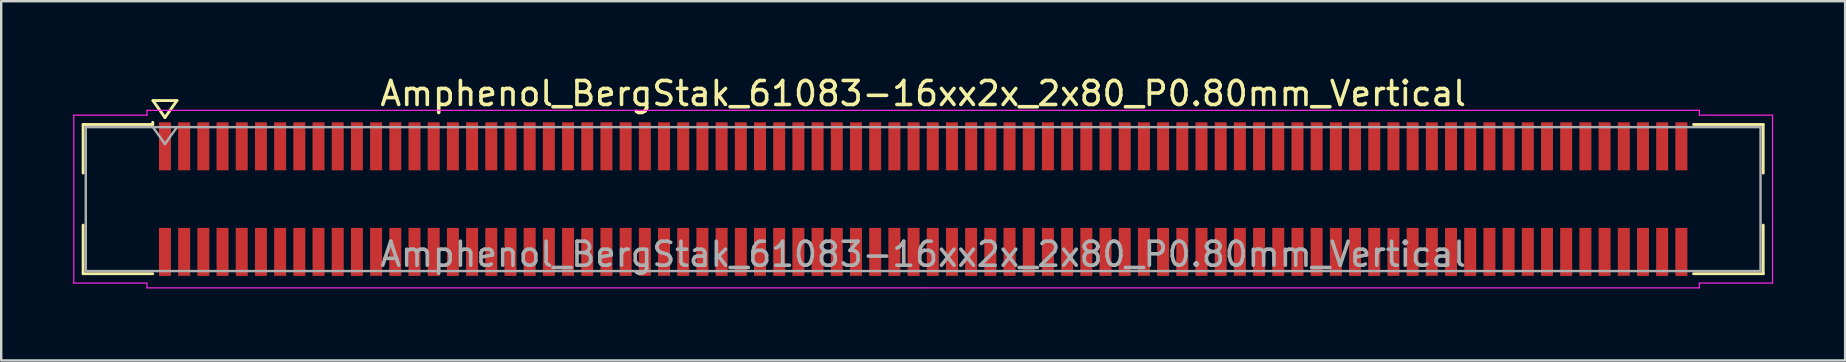
<source format=kicad_pcb>
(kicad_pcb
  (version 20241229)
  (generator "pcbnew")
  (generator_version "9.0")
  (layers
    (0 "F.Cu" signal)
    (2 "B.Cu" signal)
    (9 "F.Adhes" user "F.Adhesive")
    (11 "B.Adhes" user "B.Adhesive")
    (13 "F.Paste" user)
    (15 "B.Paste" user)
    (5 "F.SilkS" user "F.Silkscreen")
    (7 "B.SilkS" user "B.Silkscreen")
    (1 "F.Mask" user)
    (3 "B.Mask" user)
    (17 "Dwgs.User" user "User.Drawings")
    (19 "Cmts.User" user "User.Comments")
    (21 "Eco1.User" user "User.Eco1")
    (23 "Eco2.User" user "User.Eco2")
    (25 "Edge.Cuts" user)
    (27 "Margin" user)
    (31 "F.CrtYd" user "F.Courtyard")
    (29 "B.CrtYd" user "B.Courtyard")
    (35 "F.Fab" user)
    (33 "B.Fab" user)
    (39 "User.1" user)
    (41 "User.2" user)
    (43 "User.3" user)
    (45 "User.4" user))
  (footprint "Amphenol_BergStak_61083-16xx2x_2x80_P0.80mm_Vertical"
    (layer "F.Cu")
    (at 35.425 5.248)
    (property "Reference" "Amphenol_BergStak_61083-16xx2x_2x80_P0.80mm_Vertical" (at 0 -4.4 0) (layer "F.SilkS") (effects (font (size 1 1) (thickness 0.15))))
    (attr smd)
    (fp_line (start -35.01 -3.11) (end -32.11 -3.11) (stroke (width 0.12) (type solid)) (layer "F.SilkS"))
    (fp_line (start -35.01 -1.085) (end -35.01 -3.11) (stroke (width 0.12) (type solid)) (layer "F.SilkS"))
    (fp_line (start -35.01 1.085) (end -35.01 3.11) (stroke (width 0.12) (type solid)) (layer "F.SilkS"))
    (fp_line (start -35.01 3.11) (end -32.11 3.11) (stroke (width 0.12) (type solid)) (layer "F.SilkS"))
    (fp_line (start -32.11 -3.11) (end -32.11 -3.2) (stroke (width 0.12) (type solid)) (layer "F.SilkS"))
    (fp_line (start -32.1 -4.107) (end -31.6 -3.4) (stroke (width 0.12) (type solid)) (layer "F.SilkS"))
    (fp_line (start -31.6 -3.4) (end -31.1 -4.107) (stroke (width 0.12) (type solid)) (layer "F.SilkS"))
    (fp_line (start -31.1 -4.107) (end -32.1 -4.107) (stroke (width 0.12) (type solid)) (layer "F.SilkS"))
    (fp_line (start 35.01 -3.11) (end 32.11 -3.11) (stroke (width 0.12) (type solid)) (layer "F.SilkS"))
    (fp_line (start 35.01 -1.085) (end 35.01 -3.11) (stroke (width 0.12) (type solid)) (layer "F.SilkS"))
    (fp_line (start 35.01 1.085) (end 35.01 3.11) (stroke (width 0.12) (type solid)) (layer "F.SilkS"))
    (fp_line (start 35.01 3.11) (end 32.11 3.11) (stroke (width 0.12) (type solid)) (layer "F.SilkS"))
    (fp_line (start -35.4 -3.5) (end -35.4 3.5) (stroke (width 0.05) (type solid)) (layer "F.CrtYd"))
    (fp_line (start -35.4 3.5) (end -32.35 3.5) (stroke (width 0.05) (type solid)) (layer "F.CrtYd"))
    (fp_line (start -32.35 -3.7) (end -32.35 -3.5) (stroke (width 0.05) (type solid)) (layer "F.CrtYd"))
    (fp_line (start -32.35 -3.5) (end -35.4 -3.5) (stroke (width 0.05) (type solid)) (layer "F.CrtYd"))
    (fp_line (start -32.35 3.5) (end -32.35 3.7) (stroke (width 0.05) (type solid)) (layer "F.CrtYd"))
    (fp_line (start -32.35 3.7) (end 0 3.7) (stroke (width 0.05) (type solid)) (layer "F.CrtYd"))
    (fp_line (start 0 -3.7) (end -32.35 -3.7) (stroke (width 0.05) (type solid)) (layer "F.CrtYd"))
    (fp_line (start 0 -3.7) (end 32.35 -3.7) (stroke (width 0.05) (type solid)) (layer "F.CrtYd"))
    (fp_line (start 32.35 -3.7) (end 32.35 -3.5) (stroke (width 0.05) (type solid)) (layer "F.CrtYd"))
    (fp_line (start 32.35 -3.5) (end 35.4 -3.5) (stroke (width 0.05) (type solid)) (layer "F.CrtYd"))
    (fp_line (start 32.35 3.5) (end 32.35 3.7) (stroke (width 0.05) (type solid)) (layer "F.CrtYd"))
    (fp_line (start 32.35 3.7) (end 0 3.7) (stroke (width 0.05) (type solid)) (layer "F.CrtYd"))
    (fp_line (start 35.4 -3.5) (end 35.4 3.5) (stroke (width 0.05) (type solid)) (layer "F.CrtYd"))
    (fp_line (start 35.4 3.5) (end 32.35 3.5) (stroke (width 0.05) (type solid)) (layer "F.CrtYd"))
    (fp_line (start -34.9 -3) (end -34.9 3) (stroke (width 0.1) (type solid)) (layer "F.Fab"))
    (fp_line (start -34.9 3) (end 34.9 3) (stroke (width 0.1) (type solid)) (layer "F.Fab"))
    (fp_line (start -32.1 -3) (end -31.6 -2.293) (stroke (width 0.1) (type solid)) (layer "F.Fab"))
    (fp_line (start -31.6 -2.293) (end -31.1 -3) (stroke (width 0.1) (type solid)) (layer "F.Fab"))
    (fp_line (start 34.9 -3) (end -34.9 -3) (stroke (width 0.1) (type solid)) (layer "F.Fab"))
    (fp_line (start 34.9 3) (end 34.9 -3) (stroke (width 0.1) (type solid)) (layer "F.Fab"))
    (fp_text user "${REFERENCE}" (at 0 2.3 0) (layer "F.Fab") (effects (font (size 1 1) (thickness 0.15))))
    (pad "1" smd rect (at -31.6 -2.2) (size 0.5 2) (layers "F.Cu" "F.Mask" "F.Paste"))
    (pad "2" smd rect (at -31.6 2.2) (size 0.5 2) (layers "F.Cu" "F.Mask" "F.Paste"))
    (pad "3" smd rect (at -30.8 -2.2) (size 0.5 2) (layers "F.Cu" "F.Mask" "F.Paste"))
    (pad "4" smd rect (at -30.8 2.2) (size 0.5 2) (layers "F.Cu" "F.Mask" "F.Paste"))
    (pad "5" smd rect (at -30 -2.2) (size 0.5 2) (layers "F.Cu" "F.Mask" "F.Paste"))
    (pad "6" smd rect (at -30 2.2) (size 0.5 2) (layers "F.Cu" "F.Mask" "F.Paste"))
    (pad "7" smd rect (at -29.2 -2.2) (size 0.5 2) (layers "F.Cu" "F.Mask" "F.Paste"))
    (pad "8" smd rect (at -29.2 2.2) (size 0.5 2) (layers "F.Cu" "F.Mask" "F.Paste"))
    (pad "9" smd rect (at -28.4 -2.2) (size 0.5 2) (layers "F.Cu" "F.Mask" "F.Paste"))
    (pad "10" smd rect (at -28.4 2.2) (size 0.5 2) (layers "F.Cu" "F.Mask" "F.Paste"))
    (pad "11" smd rect (at -27.6 -2.2) (size 0.5 2) (layers "F.Cu" "F.Mask" "F.Paste"))
    (pad "12" smd rect (at -27.6 2.2) (size 0.5 2) (layers "F.Cu" "F.Mask" "F.Paste"))
    (pad "13" smd rect (at -26.8 -2.2) (size 0.5 2) (layers "F.Cu" "F.Mask" "F.Paste"))
    (pad "14" smd rect (at -26.8 2.2) (size 0.5 2) (layers "F.Cu" "F.Mask" "F.Paste"))
    (pad "15" smd rect (at -26 -2.2) (size 0.5 2) (layers "F.Cu" "F.Mask" "F.Paste"))
    (pad "16" smd rect (at -26 2.2) (size 0.5 2) (layers "F.Cu" "F.Mask" "F.Paste"))
    (pad "17" smd rect (at -25.2 -2.2) (size 0.5 2) (layers "F.Cu" "F.Mask" "F.Paste"))
    (pad "18" smd rect (at -25.2 2.2) (size 0.5 2) (layers "F.Cu" "F.Mask" "F.Paste"))
    (pad "19" smd rect (at -24.4 -2.2) (size 0.5 2) (layers "F.Cu" "F.Mask" "F.Paste"))
    (pad "20" smd rect (at -24.4 2.2) (size 0.5 2) (layers "F.Cu" "F.Mask" "F.Paste"))
    (pad "21" smd rect (at -23.6 -2.2) (size 0.5 2) (layers "F.Cu" "F.Mask" "F.Paste"))
    (pad "22" smd rect (at -23.6 2.2) (size 0.5 2) (layers "F.Cu" "F.Mask" "F.Paste"))
    (pad "23" smd rect (at -22.8 -2.2) (size 0.5 2) (layers "F.Cu" "F.Mask" "F.Paste"))
    (pad "24" smd rect (at -22.8 2.2) (size 0.5 2) (layers "F.Cu" "F.Mask" "F.Paste"))
    (pad "25" smd rect (at -22 -2.2) (size 0.5 2) (layers "F.Cu" "F.Mask" "F.Paste"))
    (pad "26" smd rect (at -22 2.2) (size 0.5 2) (layers "F.Cu" "F.Mask" "F.Paste"))
    (pad "27" smd rect (at -21.2 -2.2) (size 0.5 2) (layers "F.Cu" "F.Mask" "F.Paste"))
    (pad "28" smd rect (at -21.2 2.2) (size 0.5 2) (layers "F.Cu" "F.Mask" "F.Paste"))
    (pad "29" smd rect (at -20.4 -2.2) (size 0.5 2) (layers "F.Cu" "F.Mask" "F.Paste"))
    (pad "30" smd rect (at -20.4 2.2) (size 0.5 2) (layers "F.Cu" "F.Mask" "F.Paste"))
    (pad "31" smd rect (at -19.6 -2.2) (size 0.5 2) (layers "F.Cu" "F.Mask" "F.Paste"))
    (pad "32" smd rect (at -19.6 2.2) (size 0.5 2) (layers "F.Cu" "F.Mask" "F.Paste"))
    (pad "33" smd rect (at -18.8 -2.2) (size 0.5 2) (layers "F.Cu" "F.Mask" "F.Paste"))
    (pad "34" smd rect (at -18.8 2.2) (size 0.5 2) (layers "F.Cu" "F.Mask" "F.Paste"))
    (pad "35" smd rect (at -18 -2.2) (size 0.5 2) (layers "F.Cu" "F.Mask" "F.Paste"))
    (pad "36" smd rect (at -18 2.2) (size 0.5 2) (layers "F.Cu" "F.Mask" "F.Paste"))
    (pad "37" smd rect (at -17.2 -2.2) (size 0.5 2) (layers "F.Cu" "F.Mask" "F.Paste"))
    (pad "38" smd rect (at -17.2 2.2) (size 0.5 2) (layers "F.Cu" "F.Mask" "F.Paste"))
    (pad "39" smd rect (at -16.4 -2.2) (size 0.5 2) (layers "F.Cu" "F.Mask" "F.Paste"))
    (pad "40" smd rect (at -16.4 2.2) (size 0.5 2) (layers "F.Cu" "F.Mask" "F.Paste"))
    (pad "41" smd rect (at -15.6 -2.2) (size 0.5 2) (layers "F.Cu" "F.Mask" "F.Paste"))
    (pad "42" smd rect (at -15.6 2.2) (size 0.5 2) (layers "F.Cu" "F.Mask" "F.Paste"))
    (pad "43" smd rect (at -14.8 -2.2) (size 0.5 2) (layers "F.Cu" "F.Mask" "F.Paste"))
    (pad "44" smd rect (at -14.8 2.2) (size 0.5 2) (layers "F.Cu" "F.Mask" "F.Paste"))
    (pad "45" smd rect (at -14 -2.2) (size 0.5 2) (layers "F.Cu" "F.Mask" "F.Paste"))
    (pad "46" smd rect (at -14 2.2) (size 0.5 2) (layers "F.Cu" "F.Mask" "F.Paste"))
    (pad "47" smd rect (at -13.2 -2.2) (size 0.5 2) (layers "F.Cu" "F.Mask" "F.Paste"))
    (pad "48" smd rect (at -13.2 2.2) (size 0.5 2) (layers "F.Cu" "F.Mask" "F.Paste"))
    (pad "49" smd rect (at -12.4 -2.2) (size 0.5 2) (layers "F.Cu" "F.Mask" "F.Paste"))
    (pad "50" smd rect (at -12.4 2.2) (size 0.5 2) (layers "F.Cu" "F.Mask" "F.Paste"))
    (pad "51" smd rect (at -11.6 -2.2) (size 0.5 2) (layers "F.Cu" "F.Mask" "F.Paste"))
    (pad "52" smd rect (at -11.6 2.2) (size 0.5 2) (layers "F.Cu" "F.Mask" "F.Paste"))
    (pad "53" smd rect (at -10.8 -2.2) (size 0.5 2) (layers "F.Cu" "F.Mask" "F.Paste"))
    (pad "54" smd rect (at -10.8 2.2) (size 0.5 2) (layers "F.Cu" "F.Mask" "F.Paste"))
    (pad "55" smd rect (at -10 -2.2) (size 0.5 2) (layers "F.Cu" "F.Mask" "F.Paste"))
    (pad "56" smd rect (at -10 2.2) (size 0.5 2) (layers "F.Cu" "F.Mask" "F.Paste"))
    (pad "57" smd rect (at -9.2 -2.2) (size 0.5 2) (layers "F.Cu" "F.Mask" "F.Paste"))
    (pad "58" smd rect (at -9.2 2.2) (size 0.5 2) (layers "F.Cu" "F.Mask" "F.Paste"))
    (pad "59" smd rect (at -8.4 -2.2) (size 0.5 2) (layers "F.Cu" "F.Mask" "F.Paste"))
    (pad "60" smd rect (at -8.4 2.2) (size 0.5 2) (layers "F.Cu" "F.Mask" "F.Paste"))
    (pad "61" smd rect (at -7.6 -2.2) (size 0.5 2) (layers "F.Cu" "F.Mask" "F.Paste"))
    (pad "62" smd rect (at -7.6 2.2) (size 0.5 2) (layers "F.Cu" "F.Mask" "F.Paste"))
    (pad "63" smd rect (at -6.8 -2.2) (size 0.5 2) (layers "F.Cu" "F.Mask" "F.Paste"))
    (pad "64" smd rect (at -6.8 2.2) (size 0.5 2) (layers "F.Cu" "F.Mask" "F.Paste"))
    (pad "65" smd rect (at -6 -2.2) (size 0.5 2) (layers "F.Cu" "F.Mask" "F.Paste"))
    (pad "66" smd rect (at -6 2.2) (size 0.5 2) (layers "F.Cu" "F.Mask" "F.Paste"))
    (pad "67" smd rect (at -5.2 -2.2) (size 0.5 2) (layers "F.Cu" "F.Mask" "F.Paste"))
    (pad "68" smd rect (at -5.2 2.2) (size 0.5 2) (layers "F.Cu" "F.Mask" "F.Paste"))
    (pad "69" smd rect (at -4.4 -2.2) (size 0.5 2) (layers "F.Cu" "F.Mask" "F.Paste"))
    (pad "70" smd rect (at -4.4 2.2) (size 0.5 2) (layers "F.Cu" "F.Mask" "F.Paste"))
    (pad "71" smd rect (at -3.6 -2.2) (size 0.5 2) (layers "F.Cu" "F.Mask" "F.Paste"))
    (pad "72" smd rect (at -3.6 2.2) (size 0.5 2) (layers "F.Cu" "F.Mask" "F.Paste"))
    (pad "73" smd rect (at -2.8 -2.2) (size 0.5 2) (layers "F.Cu" "F.Mask" "F.Paste"))
    (pad "74" smd rect (at -2.8 2.2) (size 0.5 2) (layers "F.Cu" "F.Mask" "F.Paste"))
    (pad "75" smd rect (at -2 -2.2) (size 0.5 2) (layers "F.Cu" "F.Mask" "F.Paste"))
    (pad "76" smd rect (at -2 2.2) (size 0.5 2) (layers "F.Cu" "F.Mask" "F.Paste"))
    (pad "77" smd rect (at -1.2 -2.2) (size 0.5 2) (layers "F.Cu" "F.Mask" "F.Paste"))
    (pad "78" smd rect (at -1.2 2.2) (size 0.5 2) (layers "F.Cu" "F.Mask" "F.Paste"))
    (pad "79" smd rect (at -0.4 -2.2) (size 0.5 2) (layers "F.Cu" "F.Mask" "F.Paste"))
    (pad "80" smd rect (at -0.4 2.2) (size 0.5 2) (layers "F.Cu" "F.Mask" "F.Paste"))
    (pad "81" smd rect (at 0.4 -2.2) (size 0.5 2) (layers "F.Cu" "F.Mask" "F.Paste"))
    (pad "82" smd rect (at 0.4 2.2) (size 0.5 2) (layers "F.Cu" "F.Mask" "F.Paste"))
    (pad "83" smd rect (at 1.2 -2.2) (size 0.5 2) (layers "F.Cu" "F.Mask" "F.Paste"))
    (pad "84" smd rect (at 1.2 2.2) (size 0.5 2) (layers "F.Cu" "F.Mask" "F.Paste"))
    (pad "85" smd rect (at 2 -2.2) (size 0.5 2) (layers "F.Cu" "F.Mask" "F.Paste"))
    (pad "86" smd rect (at 2 2.2) (size 0.5 2) (layers "F.Cu" "F.Mask" "F.Paste"))
    (pad "87" smd rect (at 2.8 -2.2) (size 0.5 2) (layers "F.Cu" "F.Mask" "F.Paste"))
    (pad "88" smd rect (at 2.8 2.2) (size 0.5 2) (layers "F.Cu" "F.Mask" "F.Paste"))
    (pad "89" smd rect (at 3.6 -2.2) (size 0.5 2) (layers "F.Cu" "F.Mask" "F.Paste"))
    (pad "90" smd rect (at 3.6 2.2) (size 0.5 2) (layers "F.Cu" "F.Mask" "F.Paste"))
    (pad "91" smd rect (at 4.4 -2.2) (size 0.5 2) (layers "F.Cu" "F.Mask" "F.Paste"))
    (pad "92" smd rect (at 4.4 2.2) (size 0.5 2) (layers "F.Cu" "F.Mask" "F.Paste"))
    (pad "93" smd rect (at 5.2 -2.2) (size 0.5 2) (layers "F.Cu" "F.Mask" "F.Paste"))
    (pad "94" smd rect (at 5.2 2.2) (size 0.5 2) (layers "F.Cu" "F.Mask" "F.Paste"))
    (pad "95" smd rect (at 6 -2.2) (size 0.5 2) (layers "F.Cu" "F.Mask" "F.Paste"))
    (pad "96" smd rect (at 6 2.2) (size 0.5 2) (layers "F.Cu" "F.Mask" "F.Paste"))
    (pad "97" smd rect (at 6.8 -2.2) (size 0.5 2) (layers "F.Cu" "F.Mask" "F.Paste"))
    (pad "98" smd rect (at 6.8 2.2) (size 0.5 2) (layers "F.Cu" "F.Mask" "F.Paste"))
    (pad "99" smd rect (at 7.6 -2.2) (size 0.5 2) (layers "F.Cu" "F.Mask" "F.Paste"))
    (pad "100" smd rect (at 7.6 2.2) (size 0.5 2) (layers "F.Cu" "F.Mask" "F.Paste"))
    (pad "101" smd rect (at 8.4 -2.2) (size 0.5 2) (layers "F.Cu" "F.Mask" "F.Paste"))
    (pad "102" smd rect (at 8.4 2.2) (size 0.5 2) (layers "F.Cu" "F.Mask" "F.Paste"))
    (pad "103" smd rect (at 9.2 -2.2) (size 0.5 2) (layers "F.Cu" "F.Mask" "F.Paste"))
    (pad "104" smd rect (at 9.2 2.2) (size 0.5 2) (layers "F.Cu" "F.Mask" "F.Paste"))
    (pad "105" smd rect (at 10 -2.2) (size 0.5 2) (layers "F.Cu" "F.Mask" "F.Paste"))
    (pad "106" smd rect (at 10 2.2) (size 0.5 2) (layers "F.Cu" "F.Mask" "F.Paste"))
    (pad "107" smd rect (at 10.8 -2.2) (size 0.5 2) (layers "F.Cu" "F.Mask" "F.Paste"))
    (pad "108" smd rect (at 10.8 2.2) (size 0.5 2) (layers "F.Cu" "F.Mask" "F.Paste"))
    (pad "109" smd rect (at 11.6 -2.2) (size 0.5 2) (layers "F.Cu" "F.Mask" "F.Paste"))
    (pad "110" smd rect (at 11.6 2.2) (size 0.5 2) (layers "F.Cu" "F.Mask" "F.Paste"))
    (pad "111" smd rect (at 12.4 -2.2) (size 0.5 2) (layers "F.Cu" "F.Mask" "F.Paste"))
    (pad "112" smd rect (at 12.4 2.2) (size 0.5 2) (layers "F.Cu" "F.Mask" "F.Paste"))
    (pad "113" smd rect (at 13.2 -2.2) (size 0.5 2) (layers "F.Cu" "F.Mask" "F.Paste"))
    (pad "114" smd rect (at 13.2 2.2) (size 0.5 2) (layers "F.Cu" "F.Mask" "F.Paste"))
    (pad "115" smd rect (at 14 -2.2) (size 0.5 2) (layers "F.Cu" "F.Mask" "F.Paste"))
    (pad "116" smd rect (at 14 2.2) (size 0.5 2) (layers "F.Cu" "F.Mask" "F.Paste"))
    (pad "117" smd rect (at 14.8 -2.2) (size 0.5 2) (layers "F.Cu" "F.Mask" "F.Paste"))
    (pad "118" smd rect (at 14.8 2.2) (size 0.5 2) (layers "F.Cu" "F.Mask" "F.Paste"))
    (pad "119" smd rect (at 15.6 -2.2) (size 0.5 2) (layers "F.Cu" "F.Mask" "F.Paste"))
    (pad "120" smd rect (at 15.6 2.2) (size 0.5 2) (layers "F.Cu" "F.Mask" "F.Paste"))
    (pad "121" smd rect (at 16.4 -2.2) (size 0.5 2) (layers "F.Cu" "F.Mask" "F.Paste"))
    (pad "122" smd rect (at 16.4 2.2) (size 0.5 2) (layers "F.Cu" "F.Mask" "F.Paste"))
    (pad "123" smd rect (at 17.2 -2.2) (size 0.5 2) (layers "F.Cu" "F.Mask" "F.Paste"))
    (pad "124" smd rect (at 17.2 2.2) (size 0.5 2) (layers "F.Cu" "F.Mask" "F.Paste"))
    (pad "125" smd rect (at 18 -2.2) (size 0.5 2) (layers "F.Cu" "F.Mask" "F.Paste"))
    (pad "126" smd rect (at 18 2.2) (size 0.5 2) (layers "F.Cu" "F.Mask" "F.Paste"))
    (pad "127" smd rect (at 18.8 -2.2) (size 0.5 2) (layers "F.Cu" "F.Mask" "F.Paste"))
    (pad "128" smd rect (at 18.8 2.2) (size 0.5 2) (layers "F.Cu" "F.Mask" "F.Paste"))
    (pad "129" smd rect (at 19.6 -2.2) (size 0.5 2) (layers "F.Cu" "F.Mask" "F.Paste"))
    (pad "130" smd rect (at 19.6 2.2) (size 0.5 2) (layers "F.Cu" "F.Mask" "F.Paste"))
    (pad "131" smd rect (at 20.4 -2.2) (size 0.5 2) (layers "F.Cu" "F.Mask" "F.Paste"))
    (pad "132" smd rect (at 20.4 2.2) (size 0.5 2) (layers "F.Cu" "F.Mask" "F.Paste"))
    (pad "133" smd rect (at 21.2 -2.2) (size 0.5 2) (layers "F.Cu" "F.Mask" "F.Paste"))
    (pad "134" smd rect (at 21.2 2.2) (size 0.5 2) (layers "F.Cu" "F.Mask" "F.Paste"))
    (pad "135" smd rect (at 22 -2.2) (size 0.5 2) (layers "F.Cu" "F.Mask" "F.Paste"))
    (pad "136" smd rect (at 22 2.2) (size 0.5 2) (layers "F.Cu" "F.Mask" "F.Paste"))
    (pad "137" smd rect (at 22.8 -2.2) (size 0.5 2) (layers "F.Cu" "F.Mask" "F.Paste"))
    (pad "138" smd rect (at 22.8 2.2) (size 0.5 2) (layers "F.Cu" "F.Mask" "F.Paste"))
    (pad "139" smd rect (at 23.6 -2.2) (size 0.5 2) (layers "F.Cu" "F.Mask" "F.Paste"))
    (pad "140" smd rect (at 23.6 2.2) (size 0.5 2) (layers "F.Cu" "F.Mask" "F.Paste"))
    (pad "141" smd rect (at 24.4 -2.2) (size 0.5 2) (layers "F.Cu" "F.Mask" "F.Paste"))
    (pad "142" smd rect (at 24.4 2.2) (size 0.5 2) (layers "F.Cu" "F.Mask" "F.Paste"))
    (pad "143" smd rect (at 25.2 -2.2) (size 0.5 2) (layers "F.Cu" "F.Mask" "F.Paste"))
    (pad "144" smd rect (at 25.2 2.2) (size 0.5 2) (layers "F.Cu" "F.Mask" "F.Paste"))
    (pad "145" smd rect (at 26 -2.2) (size 0.5 2) (layers "F.Cu" "F.Mask" "F.Paste"))
    (pad "146" smd rect (at 26 2.2) (size 0.5 2) (layers "F.Cu" "F.Mask" "F.Paste"))
    (pad "147" smd rect (at 26.8 -2.2) (size 0.5 2) (layers "F.Cu" "F.Mask" "F.Paste"))
    (pad "148" smd rect (at 26.8 2.2) (size 0.5 2) (layers "F.Cu" "F.Mask" "F.Paste"))
    (pad "149" smd rect (at 27.6 -2.2) (size 0.5 2) (layers "F.Cu" "F.Mask" "F.Paste"))
    (pad "150" smd rect (at 27.6 2.2) (size 0.5 2) (layers "F.Cu" "F.Mask" "F.Paste"))
    (pad "151" smd rect (at 28.4 -2.2) (size 0.5 2) (layers "F.Cu" "F.Mask" "F.Paste"))
    (pad "152" smd rect (at 28.4 2.2) (size 0.5 2) (layers "F.Cu" "F.Mask" "F.Paste"))
    (pad "153" smd rect (at 29.2 -2.2) (size 0.5 2) (layers "F.Cu" "F.Mask" "F.Paste"))
    (pad "154" smd rect (at 29.2 2.2) (size 0.5 2) (layers "F.Cu" "F.Mask" "F.Paste"))
    (pad "155" smd rect (at 30 -2.2) (size 0.5 2) (layers "F.Cu" "F.Mask" "F.Paste"))
    (pad "156" smd rect (at 30 2.2) (size 0.5 2) (layers "F.Cu" "F.Mask" "F.Paste"))
    (pad "157" smd rect (at 30.8 -2.2) (size 0.5 2) (layers "F.Cu" "F.Mask" "F.Paste"))
    (pad "158" smd rect (at 30.8 2.2) (size 0.5 2) (layers "F.Cu" "F.Mask" "F.Paste"))
    (pad "159" smd rect (at 31.6 -2.2) (size 0.5 2) (layers "F.Cu" "F.Mask" "F.Paste"))
    (pad "160" smd rect (at 31.6 2.2) (size 0.5 2) (layers "F.Cu" "F.Mask" "F.Paste")))
  (gr_rect
    (start -3 -3)
    (end 73.85 11.973)
    (stroke (width 0.1) (type default))
    (fill no)
    (layer "Edge.Cuts")))
</source>
